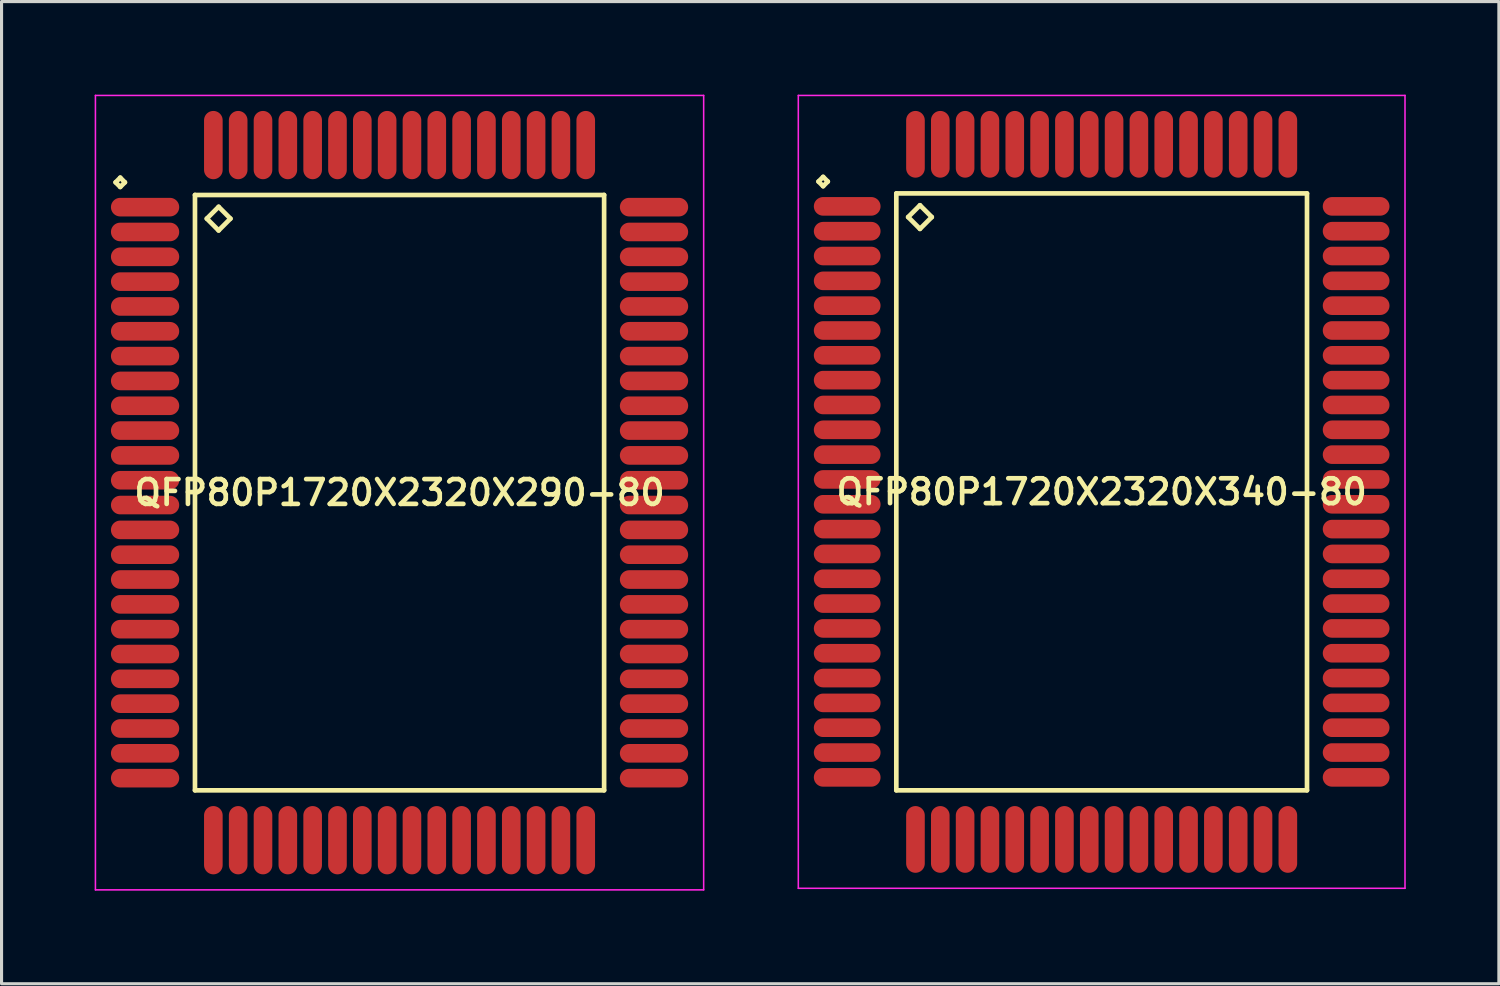
<source format=kicad_pcb>
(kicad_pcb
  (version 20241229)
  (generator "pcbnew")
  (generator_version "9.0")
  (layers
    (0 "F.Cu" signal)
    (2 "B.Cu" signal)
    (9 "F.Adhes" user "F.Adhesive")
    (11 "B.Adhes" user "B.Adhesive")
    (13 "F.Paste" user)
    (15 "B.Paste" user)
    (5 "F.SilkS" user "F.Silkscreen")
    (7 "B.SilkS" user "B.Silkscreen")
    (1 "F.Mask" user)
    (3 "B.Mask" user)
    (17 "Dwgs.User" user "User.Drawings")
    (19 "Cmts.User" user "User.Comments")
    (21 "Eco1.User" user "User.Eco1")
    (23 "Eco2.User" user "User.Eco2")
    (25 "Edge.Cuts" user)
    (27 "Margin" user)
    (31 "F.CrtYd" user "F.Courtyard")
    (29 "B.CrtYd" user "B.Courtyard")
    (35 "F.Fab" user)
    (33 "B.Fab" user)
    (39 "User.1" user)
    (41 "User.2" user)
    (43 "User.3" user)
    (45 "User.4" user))
  (footprint "QFP80P1720X2320X290-80"
    (layer "F.Cu")
    (at 9.825 12.825)
    (property "Reference" "QFP80P1720X2320X290-80" (at 0 0 0) (layer "F.SilkS") (effects (font (size 0.8 0.8) (thickness 0.15))))
    (attr smd)
    (fp_line (start -9.15 -10) (end -9 -10.15) (stroke (width 0.15) (type solid)) (layer "F.SilkS"))
    (fp_line (start -9 -10.15) (end -8.85 -10) (stroke (width 0.15) (type solid)) (layer "F.SilkS"))
    (fp_line (start -9 -9.85) (end -9.15 -10) (stroke (width 0.15) (type solid)) (layer "F.SilkS"))
    (fp_line (start -8.85 -10) (end -9 -9.85) (stroke (width 0.15) (type solid)) (layer "F.SilkS"))
    (fp_line (start -6.592 -9.592) (end -6.592 9.592) (stroke (width 0.15) (type solid)) (layer "F.SilkS"))
    (fp_line (start -6.592 9.592) (end 6.592 9.592) (stroke (width 0.15) (type solid)) (layer "F.SilkS"))
    (fp_line (start -6.211 -8.83) (end -5.83 -9.211) (stroke (width 0.15) (type solid)) (layer "F.SilkS"))
    (fp_line (start -5.83 -9.211) (end -5.449 -8.83) (stroke (width 0.15) (type solid)) (layer "F.SilkS"))
    (fp_line (start -5.83 -8.449) (end -6.211 -8.83) (stroke (width 0.15) (type solid)) (layer "F.SilkS"))
    (fp_line (start -5.449 -8.83) (end -5.83 -8.449) (stroke (width 0.15) (type solid)) (layer "F.SilkS"))
    (fp_line (start 6.592 -9.592) (end -6.592 -9.592) (stroke (width 0.15) (type solid)) (layer "F.SilkS"))
    (fp_line (start 6.592 9.592) (end 6.592 -9.592) (stroke (width 0.15) (type solid)) (layer "F.SilkS"))
    (fp_line (start -9.8 -12.8) (end 9.8 -12.8) (stroke (width 0.05) (type solid)) (layer "F.CrtYd"))
    (fp_line (start -9.8 12.8) (end -9.8 -12.8) (stroke (width 0.05) (type solid)) (layer "F.CrtYd"))
    (fp_line (start 9.8 -12.8) (end 9.8 12.8) (stroke (width 0.05) (type solid)) (layer "F.CrtYd"))
    (fp_line (start 9.8 12.8) (end -9.8 12.8) (stroke (width 0.05) (type solid)) (layer "F.CrtYd"))
    (pad "1" smd oval (at -8.2 -9.2) (size 2.2 0.6) (layers "F.Cu" "F.Mask" "F.Paste"))
    (pad "2" smd oval (at -8.2 -8.4) (size 2.2 0.6) (layers "F.Cu" "F.Mask" "F.Paste"))
    (pad "3" smd oval (at -8.2 -7.6) (size 2.2 0.6) (layers "F.Cu" "F.Mask" "F.Paste"))
    (pad "4" smd oval (at -8.2 -6.8) (size 2.2 0.6) (layers "F.Cu" "F.Mask" "F.Paste"))
    (pad "5" smd oval (at -8.2 -6) (size 2.2 0.6) (layers "F.Cu" "F.Mask" "F.Paste"))
    (pad "6" smd oval (at -8.2 -5.2) (size 2.2 0.6) (layers "F.Cu" "F.Mask" "F.Paste"))
    (pad "7" smd oval (at -8.2 -4.4) (size 2.2 0.6) (layers "F.Cu" "F.Mask" "F.Paste"))
    (pad "8" smd oval (at -8.2 -3.6) (size 2.2 0.6) (layers "F.Cu" "F.Mask" "F.Paste"))
    (pad "9" smd oval (at -8.2 -2.8) (size 2.2 0.6) (layers "F.Cu" "F.Mask" "F.Paste"))
    (pad "10" smd oval (at -8.2 -2) (size 2.2 0.6) (layers "F.Cu" "F.Mask" "F.Paste"))
    (pad "11" smd oval (at -8.2 -1.2) (size 2.2 0.6) (layers "F.Cu" "F.Mask" "F.Paste"))
    (pad "12" smd oval (at -8.2 -0.4) (size 2.2 0.6) (layers "F.Cu" "F.Mask" "F.Paste"))
    (pad "13" smd oval (at -8.2 0.4) (size 2.2 0.6) (layers "F.Cu" "F.Mask" "F.Paste"))
    (pad "14" smd oval (at -8.2 1.2) (size 2.2 0.6) (layers "F.Cu" "F.Mask" "F.Paste"))
    (pad "15" smd oval (at -8.2 2) (size 2.2 0.6) (layers "F.Cu" "F.Mask" "F.Paste"))
    (pad "16" smd oval (at -8.2 2.8) (size 2.2 0.6) (layers "F.Cu" "F.Mask" "F.Paste"))
    (pad "17" smd oval (at -8.2 3.6) (size 2.2 0.6) (layers "F.Cu" "F.Mask" "F.Paste"))
    (pad "18" smd oval (at -8.2 4.4) (size 2.2 0.6) (layers "F.Cu" "F.Mask" "F.Paste"))
    (pad "19" smd oval (at -8.2 5.2) (size 2.2 0.6) (layers "F.Cu" "F.Mask" "F.Paste"))
    (pad "20" smd oval (at -8.2 6) (size 2.2 0.6) (layers "F.Cu" "F.Mask" "F.Paste"))
    (pad "21" smd oval (at -8.2 6.8) (size 2.2 0.6) (layers "F.Cu" "F.Mask" "F.Paste"))
    (pad "22" smd oval (at -8.2 7.6) (size 2.2 0.6) (layers "F.Cu" "F.Mask" "F.Paste"))
    (pad "23" smd oval (at -8.2 8.4) (size 2.2 0.6) (layers "F.Cu" "F.Mask" "F.Paste"))
    (pad "24" smd oval (at -8.2 9.2) (size 2.2 0.6) (layers "F.Cu" "F.Mask" "F.Paste"))
    (pad "25" smd oval (at -6 11.2) (size 0.6 2.2) (layers "F.Cu" "F.Mask" "F.Paste"))
    (pad "26" smd oval (at -5.2 11.2) (size 0.6 2.2) (layers "F.Cu" "F.Mask" "F.Paste"))
    (pad "27" smd oval (at -4.4 11.2) (size 0.6 2.2) (layers "F.Cu" "F.Mask" "F.Paste"))
    (pad "28" smd oval (at -3.6 11.2) (size 0.6 2.2) (layers "F.Cu" "F.Mask" "F.Paste"))
    (pad "29" smd oval (at -2.8 11.2) (size 0.6 2.2) (layers "F.Cu" "F.Mask" "F.Paste"))
    (pad "30" smd oval (at -2 11.2) (size 0.6 2.2) (layers "F.Cu" "F.Mask" "F.Paste"))
    (pad "31" smd oval (at -1.2 11.2) (size 0.6 2.2) (layers "F.Cu" "F.Mask" "F.Paste"))
    (pad "32" smd oval (at -0.4 11.2) (size 0.6 2.2) (layers "F.Cu" "F.Mask" "F.Paste"))
    (pad "33" smd oval (at 0.4 11.2) (size 0.6 2.2) (layers "F.Cu" "F.Mask" "F.Paste"))
    (pad "34" smd oval (at 1.2 11.2) (size 0.6 2.2) (layers "F.Cu" "F.Mask" "F.Paste"))
    (pad "35" smd oval (at 2 11.2) (size 0.6 2.2) (layers "F.Cu" "F.Mask" "F.Paste"))
    (pad "36" smd oval (at 2.8 11.2) (size 0.6 2.2) (layers "F.Cu" "F.Mask" "F.Paste"))
    (pad "37" smd oval (at 3.6 11.2) (size 0.6 2.2) (layers "F.Cu" "F.Mask" "F.Paste"))
    (pad "38" smd oval (at 4.4 11.2) (size 0.6 2.2) (layers "F.Cu" "F.Mask" "F.Paste"))
    (pad "39" smd oval (at 5.2 11.2) (size 0.6 2.2) (layers "F.Cu" "F.Mask" "F.Paste"))
    (pad "40" smd oval (at 6 11.2) (size 0.6 2.2) (layers "F.Cu" "F.Mask" "F.Paste"))
    (pad "41" smd oval (at 8.2 9.2) (size 2.2 0.6) (layers "F.Cu" "F.Mask" "F.Paste"))
    (pad "42" smd oval (at 8.2 8.4) (size 2.2 0.6) (layers "F.Cu" "F.Mask" "F.Paste"))
    (pad "43" smd oval (at 8.2 7.6) (size 2.2 0.6) (layers "F.Cu" "F.Mask" "F.Paste"))
    (pad "44" smd oval (at 8.2 6.8) (size 2.2 0.6) (layers "F.Cu" "F.Mask" "F.Paste"))
    (pad "45" smd oval (at 8.2 6) (size 2.2 0.6) (layers "F.Cu" "F.Mask" "F.Paste"))
    (pad "46" smd oval (at 8.2 5.2) (size 2.2 0.6) (layers "F.Cu" "F.Mask" "F.Paste"))
    (pad "47" smd oval (at 8.2 4.4) (size 2.2 0.6) (layers "F.Cu" "F.Mask" "F.Paste"))
    (pad "48" smd oval (at 8.2 3.6) (size 2.2 0.6) (layers "F.Cu" "F.Mask" "F.Paste"))
    (pad "49" smd oval (at 8.2 2.8) (size 2.2 0.6) (layers "F.Cu" "F.Mask" "F.Paste"))
    (pad "50" smd oval (at 8.2 2) (size 2.2 0.6) (layers "F.Cu" "F.Mask" "F.Paste"))
    (pad "51" smd oval (at 8.2 1.2) (size 2.2 0.6) (layers "F.Cu" "F.Mask" "F.Paste"))
    (pad "52" smd oval (at 8.2 0.4) (size 2.2 0.6) (layers "F.Cu" "F.Mask" "F.Paste"))
    (pad "53" smd oval (at 8.2 -0.4) (size 2.2 0.6) (layers "F.Cu" "F.Mask" "F.Paste"))
    (pad "54" smd oval (at 8.2 -1.2) (size 2.2 0.6) (layers "F.Cu" "F.Mask" "F.Paste"))
    (pad "55" smd oval (at 8.2 -2) (size 2.2 0.6) (layers "F.Cu" "F.Mask" "F.Paste"))
    (pad "56" smd oval (at 8.2 -2.8) (size 2.2 0.6) (layers "F.Cu" "F.Mask" "F.Paste"))
    (pad "57" smd oval (at 8.2 -3.6) (size 2.2 0.6) (layers "F.Cu" "F.Mask" "F.Paste"))
    (pad "58" smd oval (at 8.2 -4.4) (size 2.2 0.6) (layers "F.Cu" "F.Mask" "F.Paste"))
    (pad "59" smd oval (at 8.2 -5.2) (size 2.2 0.6) (layers "F.Cu" "F.Mask" "F.Paste"))
    (pad "60" smd oval (at 8.2 -6) (size 2.2 0.6) (layers "F.Cu" "F.Mask" "F.Paste"))
    (pad "61" smd oval (at 8.2 -6.8) (size 2.2 0.6) (layers "F.Cu" "F.Mask" "F.Paste"))
    (pad "62" smd oval (at 8.2 -7.6) (size 2.2 0.6) (layers "F.Cu" "F.Mask" "F.Paste"))
    (pad "63" smd oval (at 8.2 -8.4) (size 2.2 0.6) (layers "F.Cu" "F.Mask" "F.Paste"))
    (pad "64" smd oval (at 8.2 -9.2) (size 2.2 0.6) (layers "F.Cu" "F.Mask" "F.Paste"))
    (pad "65" smd oval (at 6 -11.2) (size 0.6 2.2) (layers "F.Cu" "F.Mask" "F.Paste"))
    (pad "66" smd oval (at 5.2 -11.2) (size 0.6 2.2) (layers "F.Cu" "F.Mask" "F.Paste"))
    (pad "67" smd oval (at 4.4 -11.2) (size 0.6 2.2) (layers "F.Cu" "F.Mask" "F.Paste"))
    (pad "68" smd oval (at 3.6 -11.2) (size 0.6 2.2) (layers "F.Cu" "F.Mask" "F.Paste"))
    (pad "69" smd oval (at 2.8 -11.2) (size 0.6 2.2) (layers "F.Cu" "F.Mask" "F.Paste"))
    (pad "70" smd oval (at 2 -11.2) (size 0.6 2.2) (layers "F.Cu" "F.Mask" "F.Paste"))
    (pad "71" smd oval (at 1.2 -11.2) (size 0.6 2.2) (layers "F.Cu" "F.Mask" "F.Paste"))
    (pad "72" smd oval (at 0.4 -11.2) (size 0.6 2.2) (layers "F.Cu" "F.Mask" "F.Paste"))
    (pad "73" smd oval (at -0.4 -11.2) (size 0.6 2.2) (layers "F.Cu" "F.Mask" "F.Paste"))
    (pad "74" smd oval (at -1.2 -11.2) (size 0.6 2.2) (layers "F.Cu" "F.Mask" "F.Paste"))
    (pad "75" smd oval (at -2 -11.2) (size 0.6 2.2) (layers "F.Cu" "F.Mask" "F.Paste"))
    (pad "76" smd oval (at -2.8 -11.2) (size 0.6 2.2) (layers "F.Cu" "F.Mask" "F.Paste"))
    (pad "77" smd oval (at -3.6 -11.2) (size 0.6 2.2) (layers "F.Cu" "F.Mask" "F.Paste"))
    (pad "78" smd oval (at -4.4 -11.2) (size 0.6 2.2) (layers "F.Cu" "F.Mask" "F.Paste"))
    (pad "79" smd oval (at -5.2 -11.2) (size 0.6 2.2) (layers "F.Cu" "F.Mask" "F.Paste"))
    (pad "80" smd oval (at -6 -11.2) (size 0.6 2.2) (layers "F.Cu" "F.Mask" "F.Paste")))
  (footprint "QFP80P1720X2320X340-80"
    (layer "F.Cu")
    (at 32.45 12.8)
    (property "Reference" "QFP80P1720X2320X340-80" (at 0 0 0) (layer "F.SilkS") (effects (font (size 0.8 0.8) (thickness 0.15))))
    (attr smd)
    (fp_line (start -9.125 -10) (end -8.975 -10.15) (stroke (width 0.15) (type solid)) (layer "F.SilkS"))
    (fp_line (start -8.975 -10.15) (end -8.825 -10) (stroke (width 0.15) (type solid)) (layer "F.SilkS"))
    (fp_line (start -8.975 -9.85) (end -9.125 -10) (stroke (width 0.15) (type solid)) (layer "F.SilkS"))
    (fp_line (start -8.825 -10) (end -8.975 -9.85) (stroke (width 0.15) (type solid)) (layer "F.SilkS"))
    (fp_line (start -6.617 -9.617) (end -6.617 9.617) (stroke (width 0.15) (type solid)) (layer "F.SilkS"))
    (fp_line (start -6.617 9.617) (end 6.617 9.617) (stroke (width 0.15) (type solid)) (layer "F.SilkS"))
    (fp_line (start -6.236 -8.855) (end -5.855 -9.236) (stroke (width 0.15) (type solid)) (layer "F.SilkS"))
    (fp_line (start -5.855 -9.236) (end -5.474 -8.855) (stroke (width 0.15) (type solid)) (layer "F.SilkS"))
    (fp_line (start -5.855 -8.474) (end -6.236 -8.855) (stroke (width 0.15) (type solid)) (layer "F.SilkS"))
    (fp_line (start -5.474 -8.855) (end -5.855 -8.474) (stroke (width 0.15) (type solid)) (layer "F.SilkS"))
    (fp_line (start 6.617 -9.617) (end -6.617 -9.617) (stroke (width 0.15) (type solid)) (layer "F.SilkS"))
    (fp_line (start 6.617 9.617) (end 6.617 -9.617) (stroke (width 0.15) (type solid)) (layer "F.SilkS"))
    (fp_line (start -9.775 -12.775) (end 9.775 -12.775) (stroke (width 0.05) (type solid)) (layer "F.CrtYd"))
    (fp_line (start -9.775 12.775) (end -9.775 -12.775) (stroke (width 0.05) (type solid)) (layer "F.CrtYd"))
    (fp_line (start 9.775 -12.775) (end 9.775 12.775) (stroke (width 0.05) (type solid)) (layer "F.CrtYd"))
    (fp_line (start 9.775 12.775) (end -9.775 12.775) (stroke (width 0.05) (type solid)) (layer "F.CrtYd"))
    (pad "1" smd oval (at -8.2 -9.2) (size 2.15 0.6) (layers "F.Cu" "F.Mask" "F.Paste"))
    (pad "2" smd oval (at -8.2 -8.4) (size 2.15 0.6) (layers "F.Cu" "F.Mask" "F.Paste"))
    (pad "3" smd oval (at -8.2 -7.6) (size 2.15 0.6) (layers "F.Cu" "F.Mask" "F.Paste"))
    (pad "4" smd oval (at -8.2 -6.8) (size 2.15 0.6) (layers "F.Cu" "F.Mask" "F.Paste"))
    (pad "5" smd oval (at -8.2 -6) (size 2.15 0.6) (layers "F.Cu" "F.Mask" "F.Paste"))
    (pad "6" smd oval (at -8.2 -5.2) (size 2.15 0.6) (layers "F.Cu" "F.Mask" "F.Paste"))
    (pad "7" smd oval (at -8.2 -4.4) (size 2.15 0.6) (layers "F.Cu" "F.Mask" "F.Paste"))
    (pad "8" smd oval (at -8.2 -3.6) (size 2.15 0.6) (layers "F.Cu" "F.Mask" "F.Paste"))
    (pad "9" smd oval (at -8.2 -2.8) (size 2.15 0.6) (layers "F.Cu" "F.Mask" "F.Paste"))
    (pad "10" smd oval (at -8.2 -2) (size 2.15 0.6) (layers "F.Cu" "F.Mask" "F.Paste"))
    (pad "11" smd oval (at -8.2 -1.2) (size 2.15 0.6) (layers "F.Cu" "F.Mask" "F.Paste"))
    (pad "12" smd oval (at -8.2 -0.4) (size 2.15 0.6) (layers "F.Cu" "F.Mask" "F.Paste"))
    (pad "13" smd oval (at -8.2 0.4) (size 2.15 0.6) (layers "F.Cu" "F.Mask" "F.Paste"))
    (pad "14" smd oval (at -8.2 1.2) (size 2.15 0.6) (layers "F.Cu" "F.Mask" "F.Paste"))
    (pad "15" smd oval (at -8.2 2) (size 2.15 0.6) (layers "F.Cu" "F.Mask" "F.Paste"))
    (pad "16" smd oval (at -8.2 2.8) (size 2.15 0.6) (layers "F.Cu" "F.Mask" "F.Paste"))
    (pad "17" smd oval (at -8.2 3.6) (size 2.15 0.6) (layers "F.Cu" "F.Mask" "F.Paste"))
    (pad "18" smd oval (at -8.2 4.4) (size 2.15 0.6) (layers "F.Cu" "F.Mask" "F.Paste"))
    (pad "19" smd oval (at -8.2 5.2) (size 2.15 0.6) (layers "F.Cu" "F.Mask" "F.Paste"))
    (pad "20" smd oval (at -8.2 6) (size 2.15 0.6) (layers "F.Cu" "F.Mask" "F.Paste"))
    (pad "21" smd oval (at -8.2 6.8) (size 2.15 0.6) (layers "F.Cu" "F.Mask" "F.Paste"))
    (pad "22" smd oval (at -8.2 7.6) (size 2.15 0.6) (layers "F.Cu" "F.Mask" "F.Paste"))
    (pad "23" smd oval (at -8.2 8.4) (size 2.15 0.6) (layers "F.Cu" "F.Mask" "F.Paste"))
    (pad "24" smd oval (at -8.2 9.2) (size 2.15 0.6) (layers "F.Cu" "F.Mask" "F.Paste"))
    (pad "25" smd oval (at -6 11.2) (size 0.6 2.15) (layers "F.Cu" "F.Mask" "F.Paste"))
    (pad "26" smd oval (at -5.2 11.2) (size 0.6 2.15) (layers "F.Cu" "F.Mask" "F.Paste"))
    (pad "27" smd oval (at -4.4 11.2) (size 0.6 2.15) (layers "F.Cu" "F.Mask" "F.Paste"))
    (pad "28" smd oval (at -3.6 11.2) (size 0.6 2.15) (layers "F.Cu" "F.Mask" "F.Paste"))
    (pad "29" smd oval (at -2.8 11.2) (size 0.6 2.15) (layers "F.Cu" "F.Mask" "F.Paste"))
    (pad "30" smd oval (at -2 11.2) (size 0.6 2.15) (layers "F.Cu" "F.Mask" "F.Paste"))
    (pad "31" smd oval (at -1.2 11.2) (size 0.6 2.15) (layers "F.Cu" "F.Mask" "F.Paste"))
    (pad "32" smd oval (at -0.4 11.2) (size 0.6 2.15) (layers "F.Cu" "F.Mask" "F.Paste"))
    (pad "33" smd oval (at 0.4 11.2) (size 0.6 2.15) (layers "F.Cu" "F.Mask" "F.Paste"))
    (pad "34" smd oval (at 1.2 11.2) (size 0.6 2.15) (layers "F.Cu" "F.Mask" "F.Paste"))
    (pad "35" smd oval (at 2 11.2) (size 0.6 2.15) (layers "F.Cu" "F.Mask" "F.Paste"))
    (pad "36" smd oval (at 2.8 11.2) (size 0.6 2.15) (layers "F.Cu" "F.Mask" "F.Paste"))
    (pad "37" smd oval (at 3.6 11.2) (size 0.6 2.15) (layers "F.Cu" "F.Mask" "F.Paste"))
    (pad "38" smd oval (at 4.4 11.2) (size 0.6 2.15) (layers "F.Cu" "F.Mask" "F.Paste"))
    (pad "39" smd oval (at 5.2 11.2) (size 0.6 2.15) (layers "F.Cu" "F.Mask" "F.Paste"))
    (pad "40" smd oval (at 6 11.2) (size 0.6 2.15) (layers "F.Cu" "F.Mask" "F.Paste"))
    (pad "41" smd oval (at 8.2 9.2) (size 2.15 0.6) (layers "F.Cu" "F.Mask" "F.Paste"))
    (pad "42" smd oval (at 8.2 8.4) (size 2.15 0.6) (layers "F.Cu" "F.Mask" "F.Paste"))
    (pad "43" smd oval (at 8.2 7.6) (size 2.15 0.6) (layers "F.Cu" "F.Mask" "F.Paste"))
    (pad "44" smd oval (at 8.2 6.8) (size 2.15 0.6) (layers "F.Cu" "F.Mask" "F.Paste"))
    (pad "45" smd oval (at 8.2 6) (size 2.15 0.6) (layers "F.Cu" "F.Mask" "F.Paste"))
    (pad "46" smd oval (at 8.2 5.2) (size 2.15 0.6) (layers "F.Cu" "F.Mask" "F.Paste"))
    (pad "47" smd oval (at 8.2 4.4) (size 2.15 0.6) (layers "F.Cu" "F.Mask" "F.Paste"))
    (pad "48" smd oval (at 8.2 3.6) (size 2.15 0.6) (layers "F.Cu" "F.Mask" "F.Paste"))
    (pad "49" smd oval (at 8.2 2.8) (size 2.15 0.6) (layers "F.Cu" "F.Mask" "F.Paste"))
    (pad "50" smd oval (at 8.2 2) (size 2.15 0.6) (layers "F.Cu" "F.Mask" "F.Paste"))
    (pad "51" smd oval (at 8.2 1.2) (size 2.15 0.6) (layers "F.Cu" "F.Mask" "F.Paste"))
    (pad "52" smd oval (at 8.2 0.4) (size 2.15 0.6) (layers "F.Cu" "F.Mask" "F.Paste"))
    (pad "53" smd oval (at 8.2 -0.4) (size 2.15 0.6) (layers "F.Cu" "F.Mask" "F.Paste"))
    (pad "54" smd oval (at 8.2 -1.2) (size 2.15 0.6) (layers "F.Cu" "F.Mask" "F.Paste"))
    (pad "55" smd oval (at 8.2 -2) (size 2.15 0.6) (layers "F.Cu" "F.Mask" "F.Paste"))
    (pad "56" smd oval (at 8.2 -2.8) (size 2.15 0.6) (layers "F.Cu" "F.Mask" "F.Paste"))
    (pad "57" smd oval (at 8.2 -3.6) (size 2.15 0.6) (layers "F.Cu" "F.Mask" "F.Paste"))
    (pad "58" smd oval (at 8.2 -4.4) (size 2.15 0.6) (layers "F.Cu" "F.Mask" "F.Paste"))
    (pad "59" smd oval (at 8.2 -5.2) (size 2.15 0.6) (layers "F.Cu" "F.Mask" "F.Paste"))
    (pad "60" smd oval (at 8.2 -6) (size 2.15 0.6) (layers "F.Cu" "F.Mask" "F.Paste"))
    (pad "61" smd oval (at 8.2 -6.8) (size 2.15 0.6) (layers "F.Cu" "F.Mask" "F.Paste"))
    (pad "62" smd oval (at 8.2 -7.6) (size 2.15 0.6) (layers "F.Cu" "F.Mask" "F.Paste"))
    (pad "63" smd oval (at 8.2 -8.4) (size 2.15 0.6) (layers "F.Cu" "F.Mask" "F.Paste"))
    (pad "64" smd oval (at 8.2 -9.2) (size 2.15 0.6) (layers "F.Cu" "F.Mask" "F.Paste"))
    (pad "65" smd oval (at 6 -11.2) (size 0.6 2.15) (layers "F.Cu" "F.Mask" "F.Paste"))
    (pad "66" smd oval (at 5.2 -11.2) (size 0.6 2.15) (layers "F.Cu" "F.Mask" "F.Paste"))
    (pad "67" smd oval (at 4.4 -11.2) (size 0.6 2.15) (layers "F.Cu" "F.Mask" "F.Paste"))
    (pad "68" smd oval (at 3.6 -11.2) (size 0.6 2.15) (layers "F.Cu" "F.Mask" "F.Paste"))
    (pad "69" smd oval (at 2.8 -11.2) (size 0.6 2.15) (layers "F.Cu" "F.Mask" "F.Paste"))
    (pad "70" smd oval (at 2 -11.2) (size 0.6 2.15) (layers "F.Cu" "F.Mask" "F.Paste"))
    (pad "71" smd oval (at 1.2 -11.2) (size 0.6 2.15) (layers "F.Cu" "F.Mask" "F.Paste"))
    (pad "72" smd oval (at 0.4 -11.2) (size 0.6 2.15) (layers "F.Cu" "F.Mask" "F.Paste"))
    (pad "73" smd oval (at -0.4 -11.2) (size 0.6 2.15) (layers "F.Cu" "F.Mask" "F.Paste"))
    (pad "74" smd oval (at -1.2 -11.2) (size 0.6 2.15) (layers "F.Cu" "F.Mask" "F.Paste"))
    (pad "75" smd oval (at -2 -11.2) (size 0.6 2.15) (layers "F.Cu" "F.Mask" "F.Paste"))
    (pad "76" smd oval (at -2.8 -11.2) (size 0.6 2.15) (layers "F.Cu" "F.Mask" "F.Paste"))
    (pad "77" smd oval (at -3.6 -11.2) (size 0.6 2.15) (layers "F.Cu" "F.Mask" "F.Paste"))
    (pad "78" smd oval (at -4.4 -11.2) (size 0.6 2.15) (layers "F.Cu" "F.Mask" "F.Paste"))
    (pad "79" smd oval (at -5.2 -11.2) (size 0.6 2.15) (layers "F.Cu" "F.Mask" "F.Paste"))
    (pad "80" smd oval (at -6 -11.2) (size 0.6 2.15) (layers "F.Cu" "F.Mask" "F.Paste")))
  (gr_rect
    (start -3 -3)
    (end 45.25 28.65)
    (stroke (width 0.1) (type default))
    (fill no)
    (layer "Edge.Cuts")))
</source>
